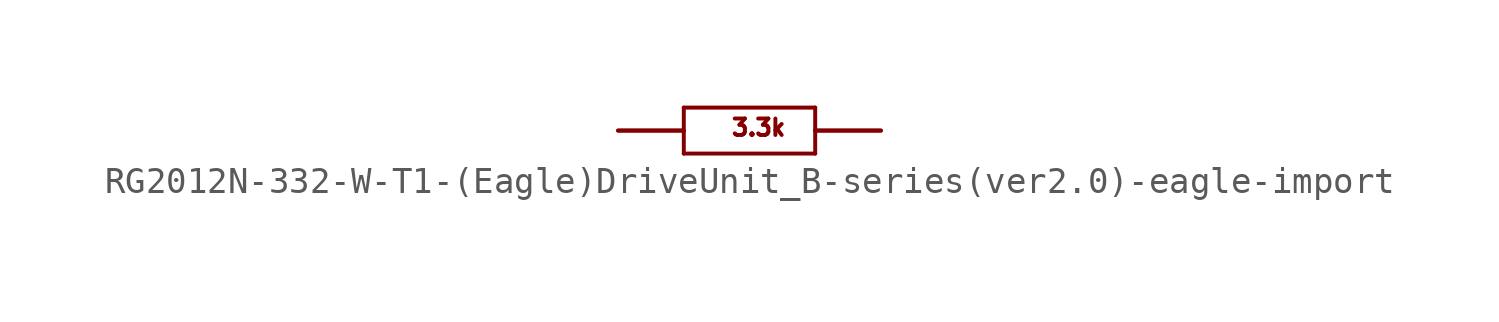
<source format=kicad_sym>
(kicad_symbol_lib
  (version 20220914)
  (generator kicad_symbol_editor)
  (symbol "RG2012N-332-W-T1-(Eagle)DriveUnit_B-series(ver2.0)-eagle-import"
    (pin_names
      (offset 1.016))
    (property "Reference" "R"
      (at 0 0 0)
      (effects (font (size 1.27 1.27)) hide))
    (property "ki_locked" ""
      (at 0 0 0)
      (effects (font (size 1.27 1.27))))
    (symbol "RG2012N-332-W-T1-(Eagle)DriveUnit_B-series(ver2.0)-eagle-import_1_0"
      (polyline (pts (xy -5.08 0) (xy -2.54 0)) (stroke (width 0) (type solid)) (fill (type none)))
      (polyline (pts (xy -2.54 -0.889) (xy -2.54 0)) (stroke (width 0) (type solid)) (fill (type none)))
      (polyline (pts (xy -2.54 -0.889) (xy 2.54 -0.889)) (stroke (width 0) (type solid)) (fill (type none)))
      (polyline (pts (xy -2.54 0) (xy -2.54 0.889)) (stroke (width 0) (type solid)) (fill (type none)))
      (polyline (pts (xy 2.54 -0.889) (xy 2.54 0)) (stroke (width 0) (type solid)) (fill (type none)))
      (polyline (pts (xy 2.54 0) (xy 2.54 0.889)) (stroke (width 0) (type solid)) (fill (type none)))
      (polyline (pts (xy 2.54 0) (xy 5.08 0)) (stroke (width 0) (type solid)) (fill (type none)))
      (polyline (pts (xy 2.54 0.889) (xy -2.54 0.889)) (stroke (width 0) (type solid)) (fill (type none)))
      (text "3.3k" (at -0.762 -0.254 0) (effects (font (size 0.635 0.635)) (justify left bottom)))
      (pin bidirectional line (at 5.08 0 180) (length 2.54) (name "P$1" (effects (font (size 0 0)))) (number "LEFT" (effects (font (size 0 0)))))
      (pin bidirectional line (at -5.08 0 0) (length 2.54) (name "P$2" (effects (font (size 0 0)))) (number "RIGHT" (effects (font (size 0 0))))))))
</source>
